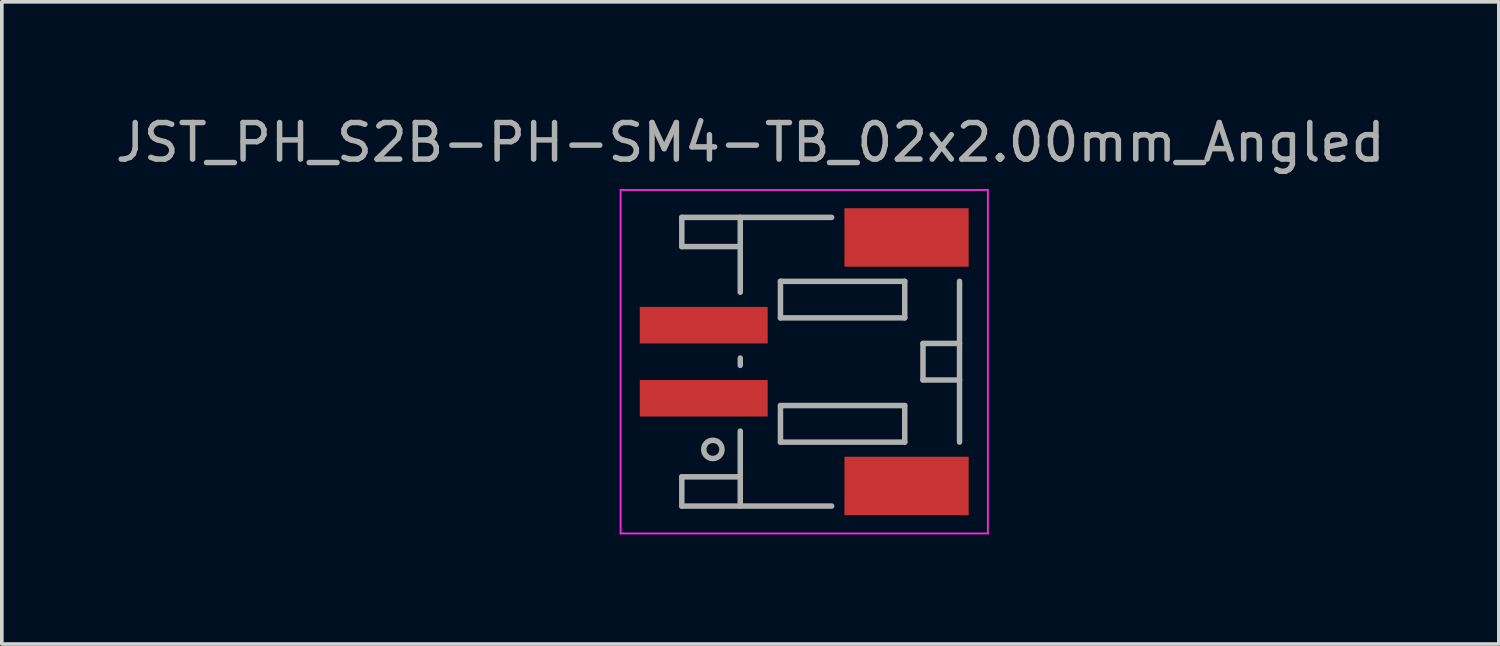
<source format=kicad_pcb>
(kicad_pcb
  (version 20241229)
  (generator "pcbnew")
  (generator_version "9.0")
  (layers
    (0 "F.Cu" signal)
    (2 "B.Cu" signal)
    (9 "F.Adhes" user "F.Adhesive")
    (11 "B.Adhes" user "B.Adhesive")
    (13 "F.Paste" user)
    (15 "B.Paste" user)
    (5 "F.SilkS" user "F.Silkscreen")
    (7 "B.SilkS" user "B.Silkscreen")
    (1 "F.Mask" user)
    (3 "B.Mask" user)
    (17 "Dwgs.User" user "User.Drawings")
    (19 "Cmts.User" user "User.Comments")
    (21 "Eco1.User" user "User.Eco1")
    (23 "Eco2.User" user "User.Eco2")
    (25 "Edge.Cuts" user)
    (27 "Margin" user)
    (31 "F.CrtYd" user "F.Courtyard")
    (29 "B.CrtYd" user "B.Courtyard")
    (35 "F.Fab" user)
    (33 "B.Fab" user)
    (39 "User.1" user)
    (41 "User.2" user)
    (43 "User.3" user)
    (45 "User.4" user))
  (footprint "JST_PH_S2B-PH-SM4-TB_02x2.00mm_Angled"
    (layer "F.Cu")
    (at 18.982 6.848)
    (property "Reference" "JST_PH_S2B-PH-SM4-TB_02x2.00mm_Angled" (at -1.5 -6 0) (layer "F.Fab") (effects (font (size 1 1) (thickness 0.15))))
    (attr smd)
    (fp_line (start -5.05 -4.7) (end 5 -4.7) (stroke (width 0.05) (type solid)) (layer "F.CrtYd"))
    (fp_line (start -5.05 4.7) (end -5.05 -4.7) (stroke (width 0.05) (type solid)) (layer "F.CrtYd"))
    (fp_line (start 5 -4.7) (end 5 4.7) (stroke (width 0.05) (type solid)) (layer "F.CrtYd"))
    (fp_line (start 5 4.7) (end -5.05 4.7) (stroke (width 0.05) (type solid)) (layer "F.CrtYd"))
    (fp_line (start -3.375 -3.95) (end 0.725 -3.95) (stroke (width 0.15) (type solid)) (layer "F.Fab"))
    (fp_line (start -3.375 -3.15) (end -3.375 -3.95) (stroke (width 0.15) (type solid)) (layer "F.Fab"))
    (fp_line (start -3.375 3.15) (end -3.375 3.95) (stroke (width 0.15) (type solid)) (layer "F.Fab"))
    (fp_line (start -3.375 3.95) (end 0.725 3.95) (stroke (width 0.15) (type solid)) (layer "F.Fab"))
    (fp_line (start -1.775 -3.15) (end -3.375 -3.15) (stroke (width 0.15) (type solid)) (layer "F.Fab"))
    (fp_line (start -1.775 -3.15) (end -1.775 -3.95) (stroke (width 0.15) (type solid)) (layer "F.Fab"))
    (fp_line (start -1.775 -1.9) (end -1.775 -3.15) (stroke (width 0.15) (type solid)) (layer "F.Fab"))
    (fp_line (start -1.775 0.1) (end -1.775 -0.1) (stroke (width 0.15) (type solid)) (layer "F.Fab"))
    (fp_line (start -1.775 1.9) (end -1.775 3.15) (stroke (width 0.15) (type solid)) (layer "F.Fab"))
    (fp_line (start -1.775 3.15) (end -3.375 3.15) (stroke (width 0.15) (type solid)) (layer "F.Fab"))
    (fp_line (start -1.775 3.15) (end -1.775 3.95) (stroke (width 0.15) (type solid)) (layer "F.Fab"))
    (fp_line (start -0.675 -2.2) (end 2.725 -2.2) (stroke (width 0.15) (type solid)) (layer "F.Fab"))
    (fp_line (start -0.675 -1.2) (end -0.675 -2.2) (stroke (width 0.15) (type solid)) (layer "F.Fab"))
    (fp_line (start -0.675 1.2) (end -0.675 2.2) (stroke (width 0.15) (type solid)) (layer "F.Fab"))
    (fp_line (start -0.675 2.2) (end 2.725 2.2) (stroke (width 0.15) (type solid)) (layer "F.Fab"))
    (fp_line (start 2.725 -2.2) (end 2.725 -1.2) (stroke (width 0.15) (type solid)) (layer "F.Fab"))
    (fp_line (start 2.725 -1.2) (end -0.675 -1.2) (stroke (width 0.15) (type solid)) (layer "F.Fab"))
    (fp_line (start 2.725 1.2) (end -0.675 1.2) (stroke (width 0.15) (type solid)) (layer "F.Fab"))
    (fp_line (start 2.725 2.2) (end 2.725 1.2) (stroke (width 0.15) (type solid)) (layer "F.Fab"))
    (fp_line (start 3.225 -0.5) (end 4.225 -0.5) (stroke (width 0.15) (type solid)) (layer "F.Fab"))
    (fp_line (start 3.225 0.5) (end 3.225 -0.5) (stroke (width 0.15) (type solid)) (layer "F.Fab"))
    (fp_line (start 4.225 0.5) (end 3.225 0.5) (stroke (width 0.15) (type solid)) (layer "F.Fab"))
    (fp_line (start 4.225 2.2) (end 4.225 -2.2) (stroke (width 0.15) (type solid)) (layer "F.Fab"))
    (fp_circle (center -2.525 2.4) (end -2.525 2.15) (stroke (width 0.15) (type solid)) (fill no) (layer "F.Fab"))
    (pad "" smd rect (at 2.775 -3.4 90) (size 1.6 3.4) (layers "F.Cu" "F.Mask" "F.Paste"))
    (pad "" smd rect (at 2.775 3.4 90) (size 1.6 3.4) (layers "F.Cu" "F.Mask" "F.Paste"))
    (pad "1" smd rect (at -2.775 1 90) (size 1 3.5) (layers "F.Cu" "F.Mask" "F.Paste"))
    (pad "2" smd rect (at -2.775 -1 90) (size 1 3.5) (layers "F.Cu" "F.Mask" "F.Paste")))
  (gr_rect
    (start -3 -3)
    (end 37.964 14.573)
    (stroke (width 0.1) (type default))
    (fill no)
    (layer "Edge.Cuts")))
</source>
